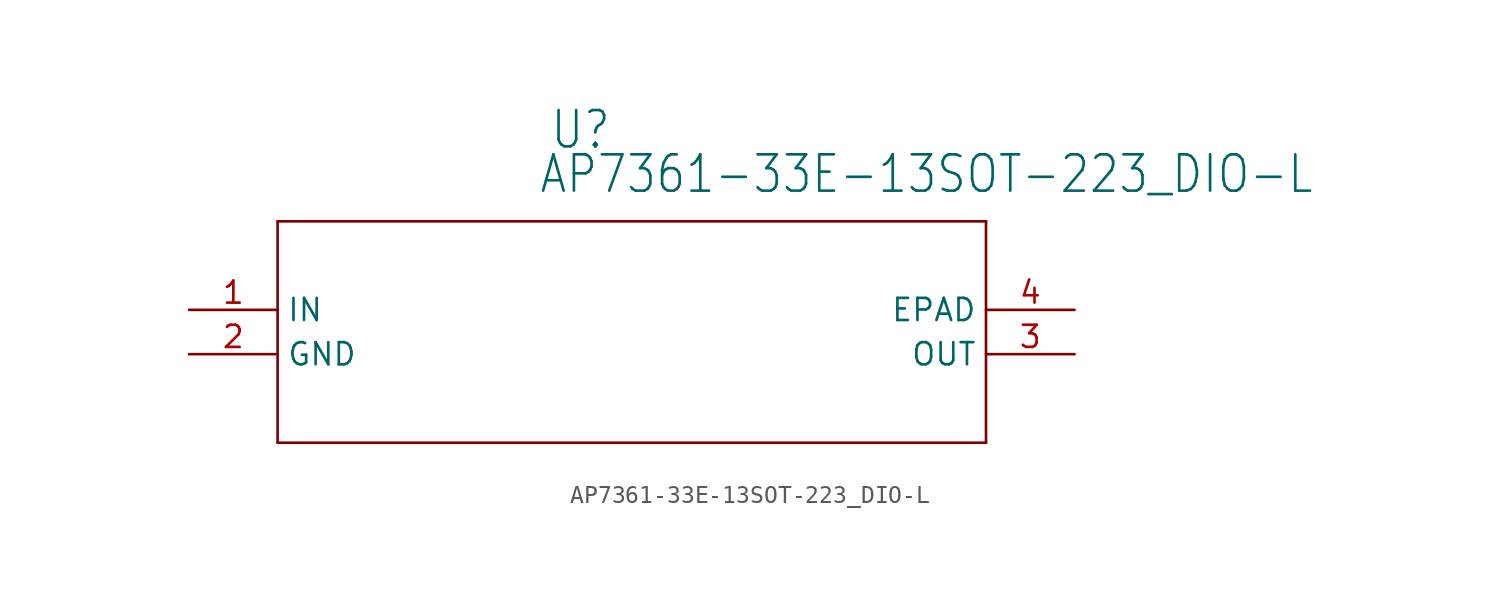
<source format=kicad_sym>
(kicad_symbol_lib
  (version 20211014)
  (generator kicad_symbol_editor)
  (symbol "AP7361-33E-13SOT-223_DIO-L"
    (property "Reference" "U"
      (at 23.216 9.119 0)
      (effects (font (size 2.083 1.77)) (justify left bottom)))
    (property "Value" "AP7361-33E-13SOT-223_DIO-L"
      (at 22.581 6.579 0)
      (effects (font (size 2.083 1.77)) (justify left bottom)))
    (property "ki_locked" ""
      (at 0 0 0)
      (effects (font (size 1.27 1.27))))
    (symbol "AP7361-33E-13SOT-223_DIO-L_1_0"
      (polyline (pts (xy 7.62 -7.62) (xy 48.26 -7.62)) (stroke (width 0.152) (type default) (color 0 0 0 0)) (fill (type none)))
      (polyline (pts (xy 7.62 5.08) (xy 7.62 -7.62)) (stroke (width 0.152) (type default) (color 0 0 0 0)) (fill (type none)))
      (polyline (pts (xy 48.26 -7.62) (xy 48.26 5.08)) (stroke (width 0.152) (type default) (color 0 0 0 0)) (fill (type none)))
      (polyline (pts (xy 48.26 5.08) (xy 7.62 5.08)) (stroke (width 0.152) (type default) (color 0 0 0 0)) (fill (type none)))
      (pin input line (at 2.54 0 0) (length 5.08) (name "IN" (effects (font (size 1.27 1.27)))) (number "1" (effects (font (size 1.27 1.27)))))
      (pin power_in line (at 2.54 -2.54 0) (length 5.08) (name "GND" (effects (font (size 1.27 1.27)))) (number "2" (effects (font (size 1.27 1.27)))))
      (pin output line (at 53.34 -2.54 180) (length 5.08) (name "OUT" (effects (font (size 1.27 1.27)))) (number "3" (effects (font (size 1.27 1.27)))))
      (pin passive line (at 53.34 0 180) (length 5.08) (name "EPAD" (effects (font (size 1.27 1.27)))) (number "4" (effects (font (size 1.27 1.27))))))))
</source>
